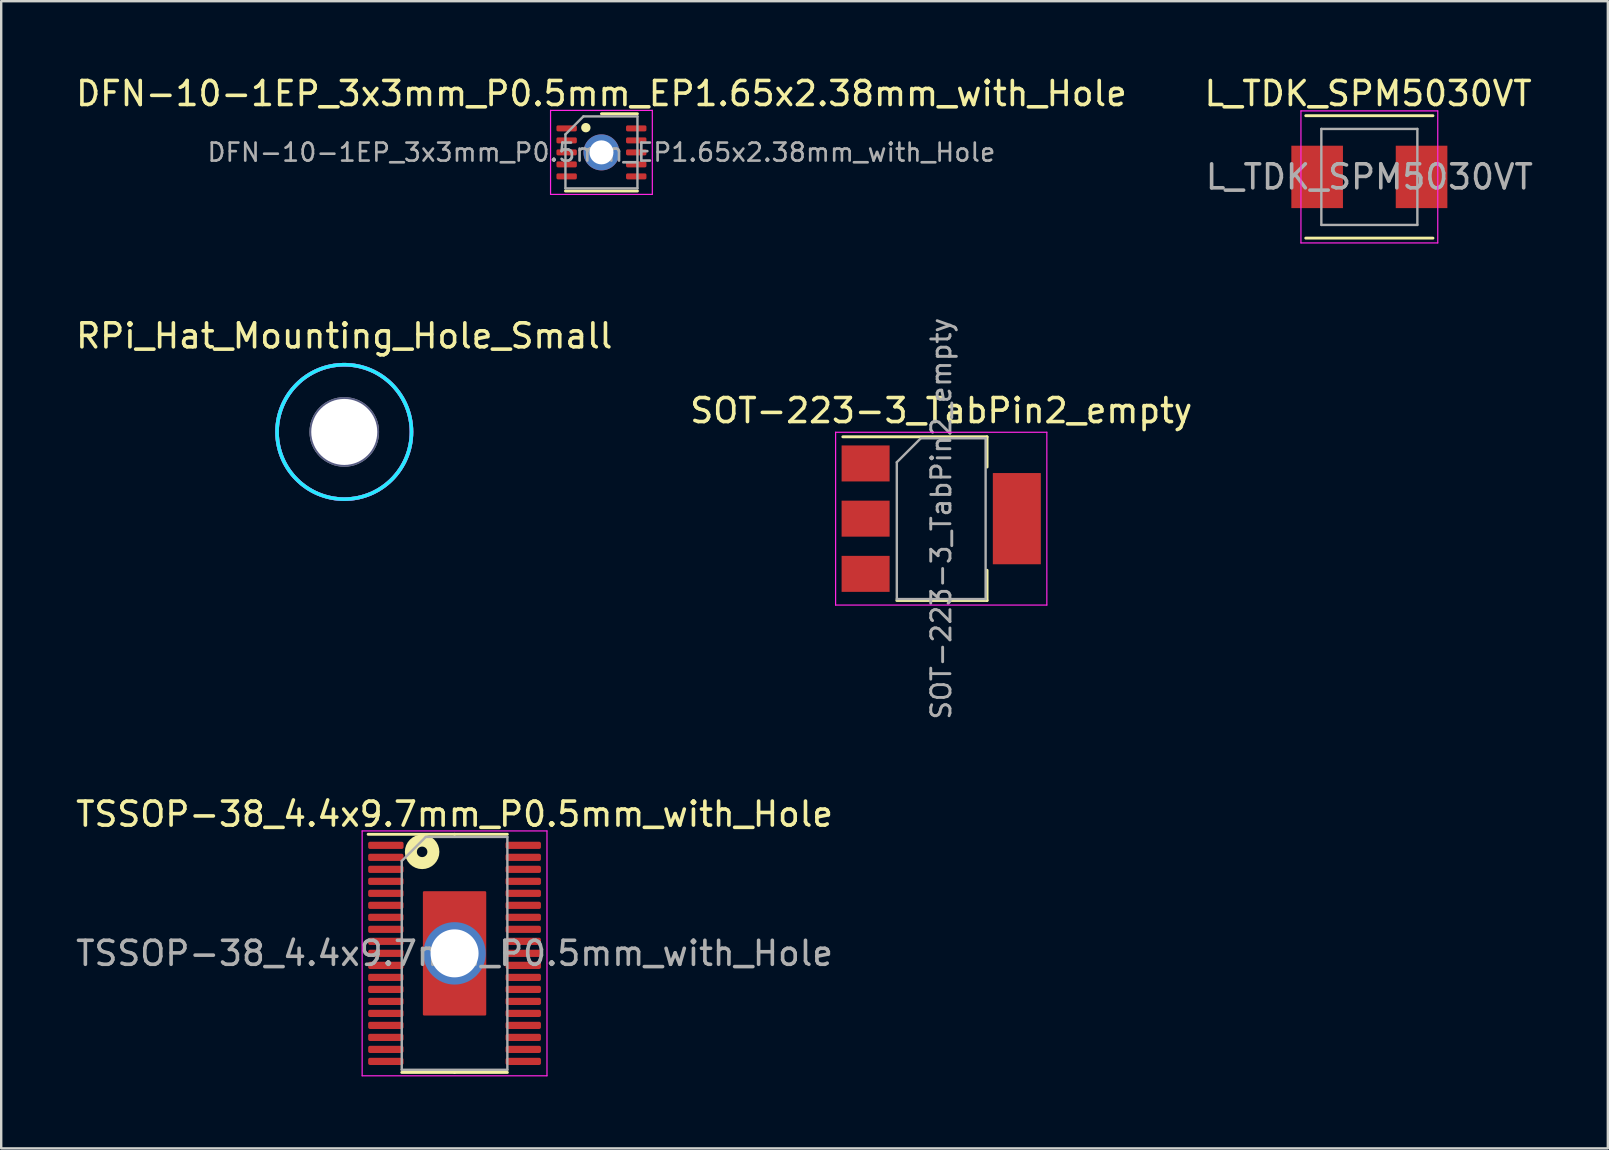
<source format=kicad_pcb>
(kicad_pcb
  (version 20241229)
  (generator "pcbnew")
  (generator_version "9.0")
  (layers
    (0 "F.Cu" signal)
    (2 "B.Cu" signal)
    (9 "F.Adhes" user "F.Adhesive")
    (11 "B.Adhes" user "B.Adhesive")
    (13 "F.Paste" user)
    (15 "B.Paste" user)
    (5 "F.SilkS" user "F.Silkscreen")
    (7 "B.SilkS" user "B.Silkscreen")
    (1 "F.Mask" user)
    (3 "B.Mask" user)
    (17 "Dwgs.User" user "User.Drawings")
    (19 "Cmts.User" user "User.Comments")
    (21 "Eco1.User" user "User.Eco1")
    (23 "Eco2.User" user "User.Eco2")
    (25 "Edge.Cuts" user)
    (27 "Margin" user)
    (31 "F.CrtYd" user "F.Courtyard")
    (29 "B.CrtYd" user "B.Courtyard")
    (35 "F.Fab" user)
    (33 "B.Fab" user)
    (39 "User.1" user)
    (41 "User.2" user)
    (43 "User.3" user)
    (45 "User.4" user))
  (footprint "DFN-10-1EP_3x3mm_P0.5mm_EP1.65x2.38mm_with_Hole"
    (layer "F.Cu")
    (at 22.006 3.298)
    (property "Reference" "DFN-10-1EP_3x3mm_P0.5mm_EP1.65x2.38mm_with_Hole" (at 0 -2.45 0) (layer "F.SilkS") (effects (font (size 1 1) (thickness 0.15))))
    (attr smd)
    (fp_line (start -1.5 1.61) (end 1.5 1.61) (stroke (width 0.12) (type solid)) (layer "F.SilkS"))
    (fp_line (start 0 -1.61) (end 1.5 -1.61) (stroke (width 0.12) (type solid)) (layer "F.SilkS"))
    (fp_circle (center -0.65 -1.03) (end -0.515 -1.03) (stroke (width 0.12) (type solid)) (fill yes) (layer "F.SilkS"))
    (fp_line (start -2.12 -1.75) (end -2.12 1.75) (stroke (width 0.05) (type solid)) (layer "F.CrtYd"))
    (fp_line (start -2.12 1.75) (end 2.12 1.75) (stroke (width 0.05) (type solid)) (layer "F.CrtYd"))
    (fp_line (start 2.12 -1.75) (end -2.12 -1.75) (stroke (width 0.05) (type solid)) (layer "F.CrtYd"))
    (fp_line (start 2.12 1.75) (end 2.12 -1.75) (stroke (width 0.05) (type solid)) (layer "F.CrtYd"))
    (fp_line (start -1.5 -0.75) (end -0.75 -1.5) (stroke (width 0.1) (type solid)) (layer "F.Fab"))
    (fp_line (start -1.5 1.5) (end -1.5 -0.75) (stroke (width 0.1) (type solid)) (layer "F.Fab"))
    (fp_line (start -0.75 -1.5) (end 1.5 -1.5) (stroke (width 0.1) (type solid)) (layer "F.Fab"))
    (fp_line (start 1.5 -1.5) (end 1.5 1.5) (stroke (width 0.1) (type solid)) (layer "F.Fab"))
    (fp_line (start 1.5 1.5) (end -1.5 1.5) (stroke (width 0.1) (type solid)) (layer "F.Fab"))
    (fp_text user "${REFERENCE}" (at 0 0 0) (layer "F.Fab") (effects (font (size 0.75 0.75) (thickness 0.11))))
    (pad "1" smd roundrect (at -1.45 -1) (size 0.85 0.25) (layers "F.Cu" "F.Mask" "F.Paste") (roundrect_rratio 0.25))
    (pad "2" smd roundrect (at -1.45 -0.5) (size 0.85 0.25) (layers "F.Cu" "F.Mask" "F.Paste") (roundrect_rratio 0.25))
    (pad "3" smd roundrect (at -1.45 0) (size 0.85 0.25) (layers "F.Cu" "F.Mask" "F.Paste") (roundrect_rratio 0.25))
    (pad "4" smd roundrect (at -1.45 0.5) (size 0.85 0.25) (layers "F.Cu" "F.Mask" "F.Paste") (roundrect_rratio 0.25))
    (pad "5" smd roundrect (at -1.45 1) (size 0.85 0.25) (layers "F.Cu" "F.Mask" "F.Paste") (roundrect_rratio 0.25))
    (pad "6" smd roundrect (at 1.45 1) (size 0.85 0.25) (layers "F.Cu" "F.Mask" "F.Paste") (roundrect_rratio 0.25))
    (pad "7" smd roundrect (at 1.45 0.5) (size 0.85 0.25) (layers "F.Cu" "F.Mask" "F.Paste") (roundrect_rratio 0.25))
    (pad "8" smd roundrect (at 1.45 0) (size 0.85 0.25) (layers "F.Cu" "F.Mask" "F.Paste") (roundrect_rratio 0.25))
    (pad "9" smd roundrect (at 1.45 -0.5) (size 0.85 0.25) (layers "F.Cu" "F.Mask" "F.Paste") (roundrect_rratio 0.25))
    (pad "10" smd roundrect (at 1.45 -1) (size 0.85 0.25) (layers "F.Cu" "F.Mask" "F.Paste") (roundrect_rratio 0.25))
    (pad "11" thru_hole circle (at 0 0) (size 1.5 1.5) (drill 1) (layers "*.Cu" "*.Mask")))
  (footprint "RPi_Hat_Mounting_Hole_Small"
    (layer "F.Cu")
    (at 11.292 14.944)
    (property "Reference" "RPi_Hat_Mounting_Hole_Small" (at 0 -4 0) (layer "F.SilkS") (effects (font (size 1 1) (thickness 0.15))))
    (attr through_hole)
    (fp_circle (center 0 0) (end 2.8 0) (stroke (width 0.15) (type solid)) (fill no) (layer "B.CrtYd"))
    (fp_circle (center 0 0) (end 2.8 0) (stroke (width 0.15) (type solid)) (fill no) (layer "F.CrtYd"))
    (fp_circle (center 0 0) (end 1.375 0) (stroke (width 0.15) (type solid)) (fill no) (layer "B.Fab"))
    (fp_circle (center 0 0) (end 2.8 0) (stroke (width 0.15) (type solid)) (fill no) (layer "B.Fab"))
    (fp_circle (center 0 0) (end 1.375 0) (stroke (width 0.15) (type solid)) (fill no) (layer "F.Fab"))
    (fp_circle (center 0 0) (end 2.8 0) (stroke (width 0.15) (type solid)) (fill no) (layer "F.Fab"))
    (pad "" np_thru_hole circle (at 0 0) (size 2.75 2.75) (drill 2.75) (layers "*.Cu" "*.Mask")))
  (footprint "L_TDK_SPM5030VT"
    (layer "F.Cu")
    (at 53.997 4.32)
    (property "Reference" "L_TDK_SPM5030VT" (at -0.051 -3.472 0) (layer "F.SilkS") (effects (font (size 1 1) (thickness 0.15))))
    (attr smd)
    (fp_line (start -2.65 -2.55) (end 2.65 -2.55) (stroke (width 0.12) (type solid)) (layer "F.SilkS"))
    (fp_line (start 2.65 2.55) (end -2.65 2.55) (stroke (width 0.12) (type solid)) (layer "F.SilkS"))
    (fp_line (start -2.85 -2.75) (end 2.85 -2.75) (stroke (width 0.05) (type solid)) (layer "F.CrtYd"))
    (fp_line (start -2.85 2.75) (end -2.85 -2.75) (stroke (width 0.05) (type solid)) (layer "F.CrtYd"))
    (fp_line (start 2.85 -2.75) (end 2.85 2.75) (stroke (width 0.05) (type solid)) (layer "F.CrtYd"))
    (fp_line (start 2.85 2.75) (end -2.85 2.75) (stroke (width 0.05) (type solid)) (layer "F.CrtYd"))
    (fp_line (start -2 -2) (end 2 -2) (stroke (width 0.1) (type solid)) (layer "F.Fab"))
    (fp_line (start -2 2) (end -2 -2) (stroke (width 0.1) (type solid)) (layer "F.Fab"))
    (fp_line (start 2 -2) (end 2 2) (stroke (width 0.1) (type solid)) (layer "F.Fab"))
    (fp_line (start 2 2) (end -2 2) (stroke (width 0.1) (type solid)) (layer "F.Fab"))
    (fp_text user "${REFERENCE}" (at 0 0 0) (layer "F.Fab") (effects (font (size 1 1) (thickness 0.15))))
    (pad "1" smd rect (at -2.175 0) (size 2.15 2.6) (layers "F.Cu" "F.Mask" "F.Paste"))
    (pad "2" smd rect (at 2.175 0) (size 2.15 2.6) (layers "F.Cu" "F.Mask" "F.Paste")))
  (footprint "SOT-223-3_TabPin2_empty"
    (layer "F.Cu")
    (at 36.161 18.557)
    (property "Reference" "SOT-223-3_TabPin2_empty" (at 0 -4.5 0) (layer "F.SilkS") (effects (font (size 1 1) (thickness 0.15))))
    (attr smd)
    (fp_line (start -4.1 -3.41) (end 1.91 -3.41) (stroke (width 0.12) (type solid)) (layer "F.SilkS"))
    (fp_line (start -1.85 3.41) (end 1.91 3.41) (stroke (width 0.12) (type solid)) (layer "F.SilkS"))
    (fp_line (start 1.91 -3.41) (end 1.91 -2.15) (stroke (width 0.12) (type solid)) (layer "F.SilkS"))
    (fp_line (start 1.91 3.41) (end 1.91 2.15) (stroke (width 0.12) (type solid)) (layer "F.SilkS"))
    (fp_line (start -4.4 -3.6) (end -4.4 3.6) (stroke (width 0.05) (type solid)) (layer "F.CrtYd"))
    (fp_line (start -4.4 3.6) (end 4.4 3.6) (stroke (width 0.05) (type solid)) (layer "F.CrtYd"))
    (fp_line (start 4.4 -3.6) (end -4.4 -3.6) (stroke (width 0.05) (type solid)) (layer "F.CrtYd"))
    (fp_line (start 4.4 3.6) (end 4.4 -3.6) (stroke (width 0.05) (type solid)) (layer "F.CrtYd"))
    (fp_line (start -1.85 -2.35) (end -1.85 3.35) (stroke (width 0.1) (type solid)) (layer "F.Fab"))
    (fp_line (start -1.85 -2.35) (end -0.85 -3.35) (stroke (width 0.1) (type solid)) (layer "F.Fab"))
    (fp_line (start -1.85 3.35) (end 1.85 3.35) (stroke (width 0.1) (type solid)) (layer "F.Fab"))
    (fp_line (start -0.85 -3.35) (end 1.85 -3.35) (stroke (width 0.1) (type solid)) (layer "F.Fab"))
    (fp_line (start 1.85 -3.35) (end 1.85 3.35) (stroke (width 0.1) (type solid)) (layer "F.Fab"))
    (fp_text user "${REFERENCE}" (at 0 0 90) (layer "F.Fab") (effects (font (size 0.8 0.8) (thickness 0.12))))
    (pad "" smd rect (at -3.15 0) (size 2 1.5) (layers "F.Cu" "F.Mask" "F.Paste"))
    (pad "1" smd rect (at -3.15 -2.3) (size 2 1.5) (layers "F.Cu" "F.Mask" "F.Paste"))
    (pad "2" smd rect (at 3.15 0) (size 2 3.8) (layers "F.Cu" "F.Mask" "F.Paste"))
    (pad "3" smd rect (at -3.15 2.3) (size 2 1.5) (layers "F.Cu" "F.Mask" "F.Paste")))
  (footprint "TSSOP-38_4.4x9.7mm_P0.5mm_with_Hole"
    (layer "F.Cu")
    (at 15.887 36.667)
    (property "Reference" "TSSOP-38_4.4x9.7mm_P0.5mm_with_Hole" (at 0 -5.8 0) (layer "F.SilkS") (effects (font (size 1 1) (thickness 0.15))))
    (attr smd)
    (fp_poly (pts (xy 1.27 2.54) (xy -1.27 2.54) (xy -1.27 -2.54) (xy 1.27 -2.54)) (stroke (width 0.1) (type solid)) (fill yes) (layer "F.Cu"))
    (fp_line (start 0 -4.96) (end -3.6 -4.96) (stroke (width 0.12) (type solid)) (layer "F.SilkS"))
    (fp_line (start 0 -4.96) (end 2.2 -4.96) (stroke (width 0.12) (type solid)) (layer "F.SilkS"))
    (fp_line (start 0 4.96) (end -2.2 4.96) (stroke (width 0.12) (type solid)) (layer "F.SilkS"))
    (fp_line (start 0 4.96) (end 2.2 4.96) (stroke (width 0.12) (type solid)) (layer "F.SilkS"))
    (fp_circle (center -1.351 -4.229) (end -1.132 -4.229) (stroke (width 0.5) (type solid)) (fill no) (layer "F.SilkS"))
    (fp_line (start -3.85 -5.1) (end -3.85 5.1) (stroke (width 0.05) (type solid)) (layer "F.CrtYd"))
    (fp_line (start -3.85 5.1) (end 3.85 5.1) (stroke (width 0.05) (type solid)) (layer "F.CrtYd"))
    (fp_line (start 3.85 -5.1) (end -3.85 -5.1) (stroke (width 0.05) (type solid)) (layer "F.CrtYd"))
    (fp_line (start 3.85 5.1) (end 3.85 -5.1) (stroke (width 0.05) (type solid)) (layer "F.CrtYd"))
    (fp_line (start -2.2 -3.85) (end -1.2 -4.85) (stroke (width 0.1) (type solid)) (layer "F.Fab"))
    (fp_line (start -2.2 4.85) (end -2.2 -3.85) (stroke (width 0.1) (type solid)) (layer "F.Fab"))
    (fp_line (start -1.2 -4.85) (end 2.2 -4.85) (stroke (width 0.1) (type solid)) (layer "F.Fab"))
    (fp_line (start 2.2 -4.85) (end 2.2 4.85) (stroke (width 0.1) (type solid)) (layer "F.Fab"))
    (fp_line (start 2.2 4.85) (end -2.2 4.85) (stroke (width 0.1) (type solid)) (layer "F.Fab"))
    (fp_text user "${REFERENCE}" (at 0 0 0) (layer "F.Fab") (effects (font (size 1 1) (thickness 0.15))))
    (pad "1" smd roundrect (at -2.862 -4.5) (size 1.475 0.3) (layers "F.Cu" "F.Mask" "F.Paste") (roundrect_rratio 0.25))
    (pad "2" smd roundrect (at -2.862 -4) (size 1.475 0.3) (layers "F.Cu" "F.Mask" "F.Paste") (roundrect_rratio 0.25))
    (pad "3" smd roundrect (at -2.862 -3.5) (size 1.475 0.3) (layers "F.Cu" "F.Mask" "F.Paste") (roundrect_rratio 0.25))
    (pad "4" smd roundrect (at -2.862 -3) (size 1.475 0.3) (layers "F.Cu" "F.Mask" "F.Paste") (roundrect_rratio 0.25))
    (pad "5" smd roundrect (at -2.862 -2.5) (size 1.475 0.3) (layers "F.Cu" "F.Mask" "F.Paste") (roundrect_rratio 0.25))
    (pad "6" smd roundrect (at -2.862 -2) (size 1.475 0.3) (layers "F.Cu" "F.Mask" "F.Paste") (roundrect_rratio 0.25))
    (pad "7" smd roundrect (at -2.862 -1.5) (size 1.475 0.3) (layers "F.Cu" "F.Mask" "F.Paste") (roundrect_rratio 0.25))
    (pad "8" smd roundrect (at -2.862 -1) (size 1.475 0.3) (layers "F.Cu" "F.Mask" "F.Paste") (roundrect_rratio 0.25))
    (pad "9" smd roundrect (at -2.862 -0.5) (size 1.475 0.3) (layers "F.Cu" "F.Mask" "F.Paste") (roundrect_rratio 0.25))
    (pad "10" smd roundrect (at -2.862 0) (size 1.475 0.3) (layers "F.Cu" "F.Mask" "F.Paste") (roundrect_rratio 0.25))
    (pad "11" smd roundrect (at -2.862 0.5) (size 1.475 0.3) (layers "F.Cu" "F.Mask" "F.Paste") (roundrect_rratio 0.25))
    (pad "12" smd roundrect (at -2.862 1) (size 1.475 0.3) (layers "F.Cu" "F.Mask" "F.Paste") (roundrect_rratio 0.25))
    (pad "13" smd roundrect (at -2.862 1.5) (size 1.475 0.3) (layers "F.Cu" "F.Mask" "F.Paste") (roundrect_rratio 0.25))
    (pad "14" smd roundrect (at -2.862 2) (size 1.475 0.3) (layers "F.Cu" "F.Mask" "F.Paste") (roundrect_rratio 0.25))
    (pad "15" smd roundrect (at -2.862 2.5) (size 1.475 0.3) (layers "F.Cu" "F.Mask" "F.Paste") (roundrect_rratio 0.25))
    (pad "16" smd roundrect (at -2.862 3) (size 1.475 0.3) (layers "F.Cu" "F.Mask" "F.Paste") (roundrect_rratio 0.25))
    (pad "17" smd roundrect (at -2.862 3.5) (size 1.475 0.3) (layers "F.Cu" "F.Mask" "F.Paste") (roundrect_rratio 0.25))
    (pad "18" smd roundrect (at -2.862 4) (size 1.475 0.3) (layers "F.Cu" "F.Mask" "F.Paste") (roundrect_rratio 0.25))
    (pad "19" smd roundrect (at -2.862 4.5) (size 1.475 0.3) (layers "F.Cu" "F.Mask" "F.Paste") (roundrect_rratio 0.25))
    (pad "20" smd roundrect (at 2.862 4.5) (size 1.475 0.3) (layers "F.Cu" "F.Mask" "F.Paste") (roundrect_rratio 0.25))
    (pad "21" smd roundrect (at 2.862 4) (size 1.475 0.3) (layers "F.Cu" "F.Mask" "F.Paste") (roundrect_rratio 0.25))
    (pad "22" smd roundrect (at 2.862 3.5) (size 1.475 0.3) (layers "F.Cu" "F.Mask" "F.Paste") (roundrect_rratio 0.25))
    (pad "23" smd roundrect (at 2.862 3) (size 1.475 0.3) (layers "F.Cu" "F.Mask" "F.Paste") (roundrect_rratio 0.25))
    (pad "24" smd roundrect (at 2.862 2.5) (size 1.475 0.3) (layers "F.Cu" "F.Mask" "F.Paste") (roundrect_rratio 0.25))
    (pad "25" smd roundrect (at 2.862 2) (size 1.475 0.3) (layers "F.Cu" "F.Mask" "F.Paste") (roundrect_rratio 0.25))
    (pad "26" smd roundrect (at 2.862 1.5) (size 1.475 0.3) (layers "F.Cu" "F.Mask" "F.Paste") (roundrect_rratio 0.25))
    (pad "27" smd roundrect (at 2.862 1) (size 1.475 0.3) (layers "F.Cu" "F.Mask" "F.Paste") (roundrect_rratio 0.25))
    (pad "28" smd roundrect (at 2.862 0.5) (size 1.475 0.3) (layers "F.Cu" "F.Mask" "F.Paste") (roundrect_rratio 0.25))
    (pad "29" smd roundrect (at 2.862 0) (size 1.475 0.3) (layers "F.Cu" "F.Mask" "F.Paste") (roundrect_rratio 0.25))
    (pad "30" smd roundrect (at 2.862 -0.5) (size 1.475 0.3) (layers "F.Cu" "F.Mask" "F.Paste") (roundrect_rratio 0.25))
    (pad "31" smd roundrect (at 2.862 -1) (size 1.475 0.3) (layers "F.Cu" "F.Mask" "F.Paste") (roundrect_rratio 0.25))
    (pad "32" smd roundrect (at 2.862 -1.5) (size 1.475 0.3) (layers "F.Cu" "F.Mask" "F.Paste") (roundrect_rratio 0.25))
    (pad "33" smd roundrect (at 2.862 -2) (size 1.475 0.3) (layers "F.Cu" "F.Mask" "F.Paste") (roundrect_rratio 0.25))
    (pad "34" smd roundrect (at 2.862 -2.5) (size 1.475 0.3) (layers "F.Cu" "F.Mask" "F.Paste") (roundrect_rratio 0.25))
    (pad "35" smd roundrect (at 2.862 -3) (size 1.475 0.3) (layers "F.Cu" "F.Mask" "F.Paste") (roundrect_rratio 0.25))
    (pad "36" smd roundrect (at 2.862 -3.5) (size 1.475 0.3) (layers "F.Cu" "F.Mask" "F.Paste") (roundrect_rratio 0.25))
    (pad "37" smd roundrect (at 2.862 -4) (size 1.475 0.3) (layers "F.Cu" "F.Mask" "F.Paste") (roundrect_rratio 0.25))
    (pad "38" smd roundrect (at 2.862 -4.5) (size 1.475 0.3) (layers "F.Cu" "F.Mask" "F.Paste") (roundrect_rratio 0.25))
    (pad "39" thru_hole circle (at 0 0) (size 2.6 2.6) (drill 2) (layers "*.Cu" "*.Mask")))
  (gr_rect
    (start -3 -3)
    (end 63.932 44.792)
    (stroke (width 0.1) (type default))
    (fill no)
    (layer "Edge.Cuts")))
</source>
